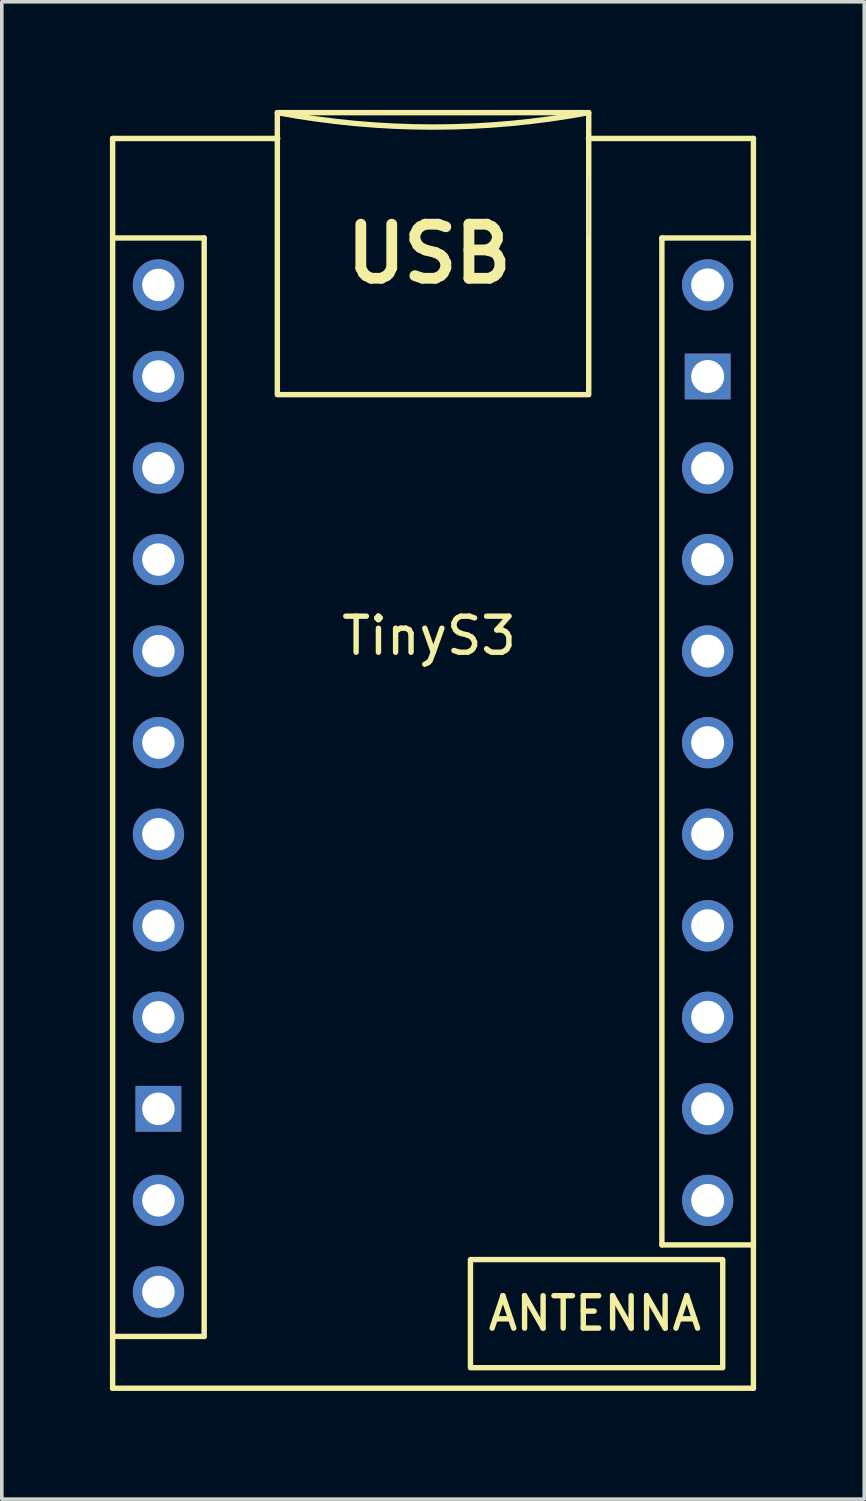
<source format=kicad_pcb>
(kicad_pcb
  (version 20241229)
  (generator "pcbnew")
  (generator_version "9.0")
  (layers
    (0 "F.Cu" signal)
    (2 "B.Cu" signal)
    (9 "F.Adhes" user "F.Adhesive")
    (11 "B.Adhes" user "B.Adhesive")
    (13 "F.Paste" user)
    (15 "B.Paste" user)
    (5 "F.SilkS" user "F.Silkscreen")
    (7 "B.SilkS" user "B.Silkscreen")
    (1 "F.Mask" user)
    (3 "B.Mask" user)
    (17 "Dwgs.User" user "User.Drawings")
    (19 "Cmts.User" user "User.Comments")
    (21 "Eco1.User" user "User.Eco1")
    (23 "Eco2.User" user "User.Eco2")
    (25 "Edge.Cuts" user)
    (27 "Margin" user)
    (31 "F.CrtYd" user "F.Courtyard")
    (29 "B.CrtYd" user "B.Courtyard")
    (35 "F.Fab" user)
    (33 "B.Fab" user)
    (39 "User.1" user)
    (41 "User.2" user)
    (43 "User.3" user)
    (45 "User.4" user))
  (footprint "TinyS3"
    (layer "F.Cu")
    (at 8.965 18.792)
    (property "Reference" "TinyS3" (at -0.11 -4.2 0) (unlocked yes) (layer "F.SilkS") (effects (font (size 1 1) (thickness 0.15))))
    (attr through_hole)
    (fp_line (start -8.89 16.677) (end -8.89 -18) (stroke (width 0.15) (type solid)) (layer "F.SilkS"))
    (fp_line (start -6.35 -15.24) (end -8.89 -15.24) (stroke (width 0.15) (type solid)) (layer "F.SilkS"))
    (fp_line (start -6.35 -15.24) (end -6.35 15.24) (stroke (width 0.15) (type solid)) (layer "F.SilkS"))
    (fp_line (start -6.35 15.24) (end -8.89 15.24) (stroke (width 0.15) (type solid)) (layer "F.SilkS"))
    (fp_line (start -4.31 -18) (end -8.89 -18) (stroke (width 0.15) (type solid)) (layer "F.SilkS"))
    (fp_line (start 6.35 -15.24) (end 8.89 -15.24) (stroke (width 0.15) (type solid)) (layer "F.SilkS"))
    (fp_line (start 6.35 12.7) (end 6.35 -15.24) (stroke (width 0.15) (type solid)) (layer "F.SilkS"))
    (fp_line (start 6.35 12.7) (end 8.89 12.7) (stroke (width 0.15) (type solid)) (layer "F.SilkS"))
    (fp_line (start 8.89 -18) (end 4.31 -18) (stroke (width 0.15) (type solid)) (layer "F.SilkS"))
    (fp_line (start 8.89 -18) (end 8.89 16.677) (stroke (width 0.15) (type solid)) (layer "F.SilkS"))
    (fp_line (start 8.89 16.677) (end -8.89 16.677) (stroke (width 0.15) (type solid)) (layer "F.SilkS"))
    (fp_rect (start 4.32 -18.717) (end -4.32 -10.892) (stroke (width 0.15) (type solid)) (fill no) (layer "F.SilkS"))
    (fp_rect (start 8.038 13.107) (end 1.038 16.107) (stroke (width 0.15) (type solid)) (fill no) (layer "F.SilkS"))
    (fp_arc (start 4.32 -18.717425) (mid 0.040988 -18.316706) (end -4.32 -18.717425) (stroke (width 0.15) (type solid)) (layer "F.SilkS"))
    (fp_line (start -4.32 -10.882) (end -4.32 -10.892) (stroke (width 0.01) (type solid)) (layer "F.Fab"))
    (fp_line (start 4.32 -15.312) (end 4.32 -16.912) (stroke (width 0.01) (type solid)) (layer "F.Fab"))
    (fp_line (start 4.32 -10.882) (end 4.32 -10.892) (stroke (width 0.01) (type solid)) (layer "F.Fab"))
    (fp_text user "ANTENNA" (at 4.49 14.6 0) (unlocked yes) (layer "F.SilkS") (effects (font (size 0.9 0.9) (thickness 0.15) (bold yes))))
    (fp_text user "USB" (at -0.11 -14.8 0) (unlocked yes) (layer "F.SilkS") (effects (font (size 1.5 1.5) (thickness 0.3))))
    (pad "1" thru_hole circle (at 7.62 -13.936) (size 1.422 1.422) (drill 0.914) (layers "*.Cu" "*.Mask"))
    (pad "2" thru_hole rect (at 7.62 -11.396) (size 1.27 1.27) (drill 0.914) (layers "*.Cu" "*.Mask"))
    (pad "3" thru_hole circle (at 7.62 -8.856) (size 1.422 1.422) (drill 0.914) (layers "*.Cu" "*.Mask"))
    (pad "4" thru_hole circle (at 7.62 -6.316) (size 1.422 1.422) (drill 0.914) (layers "*.Cu" "*.Mask"))
    (pad "5" thru_hole circle (at 7.62 -3.776) (size 1.422 1.422) (drill 0.914) (layers "*.Cu" "*.Mask"))
    (pad "6" thru_hole circle (at 7.62 -1.236) (size 1.422 1.422) (drill 0.914) (layers "*.Cu" "*.Mask"))
    (pad "7" thru_hole circle (at 7.62 1.304) (size 1.422 1.422) (drill 0.914) (layers "*.Cu" "*.Mask"))
    (pad "8" thru_hole circle (at 7.62 3.844) (size 1.422 1.422) (drill 0.914) (layers "*.Cu" "*.Mask"))
    (pad "9" thru_hole circle (at 7.62 6.384) (size 1.422 1.422) (drill 0.914) (layers "*.Cu" "*.Mask"))
    (pad "10" thru_hole circle (at 7.62 8.924) (size 1.422 1.422) (drill 0.914) (layers "*.Cu" "*.Mask"))
    (pad "11" thru_hole circle (at 7.62 11.464) (size 1.422 1.422) (drill 0.914) (layers "*.Cu" "*.Mask"))
    (pad "12" thru_hole circle (at -7.62 14.004) (size 1.422 1.422) (drill 0.9) (layers "*.Cu" "*.Mask"))
    (pad "13" thru_hole circle (at -7.62 11.464) (size 1.422 1.422) (drill 0.9) (layers "*.Cu" "*.Mask"))
    (pad "14" thru_hole rect (at -7.62 8.924) (size 1.27 1.27) (drill 0.9) (layers "*.Cu" "*.Mask"))
    (pad "15" thru_hole circle (at -7.62 6.384) (size 1.422 1.422) (drill 0.9) (layers "*.Cu" "*.Mask"))
    (pad "16" thru_hole circle (at -7.62 3.844) (size 1.422 1.422) (drill 0.9) (layers "*.Cu" "*.Mask"))
    (pad "17" thru_hole circle (at -7.62 1.304) (size 1.422 1.422) (drill 0.9) (layers "*.Cu" "*.Mask"))
    (pad "18" thru_hole circle (at -7.62 -1.236) (size 1.422 1.422) (drill 0.9) (layers "*.Cu" "*.Mask"))
    (pad "19" thru_hole circle (at -7.62 -3.776) (size 1.422 1.422) (drill 0.9) (layers "*.Cu" "*.Mask"))
    (pad "20" thru_hole circle (at -7.62 -6.316) (size 1.422 1.422) (drill 0.9) (layers "*.Cu" "*.Mask"))
    (pad "21" thru_hole circle (at -7.62 -8.856) (size 1.422 1.422) (drill 0.9) (layers "*.Cu" "*.Mask"))
    (pad "22" thru_hole circle (at -7.62 -11.396) (size 1.422 1.422) (drill 0.9) (layers "*.Cu" "*.Mask"))
    (pad "23" thru_hole circle (at -7.62 -13.936) (size 1.422 1.422) (drill 0.9) (layers "*.Cu" "*.Mask")))
  (gr_rect
    (start -3 -3)
    (end 20.93 38.545)
    (stroke (width 0.1) (type default))
    (fill no)
    (layer "Edge.Cuts")))
</source>
